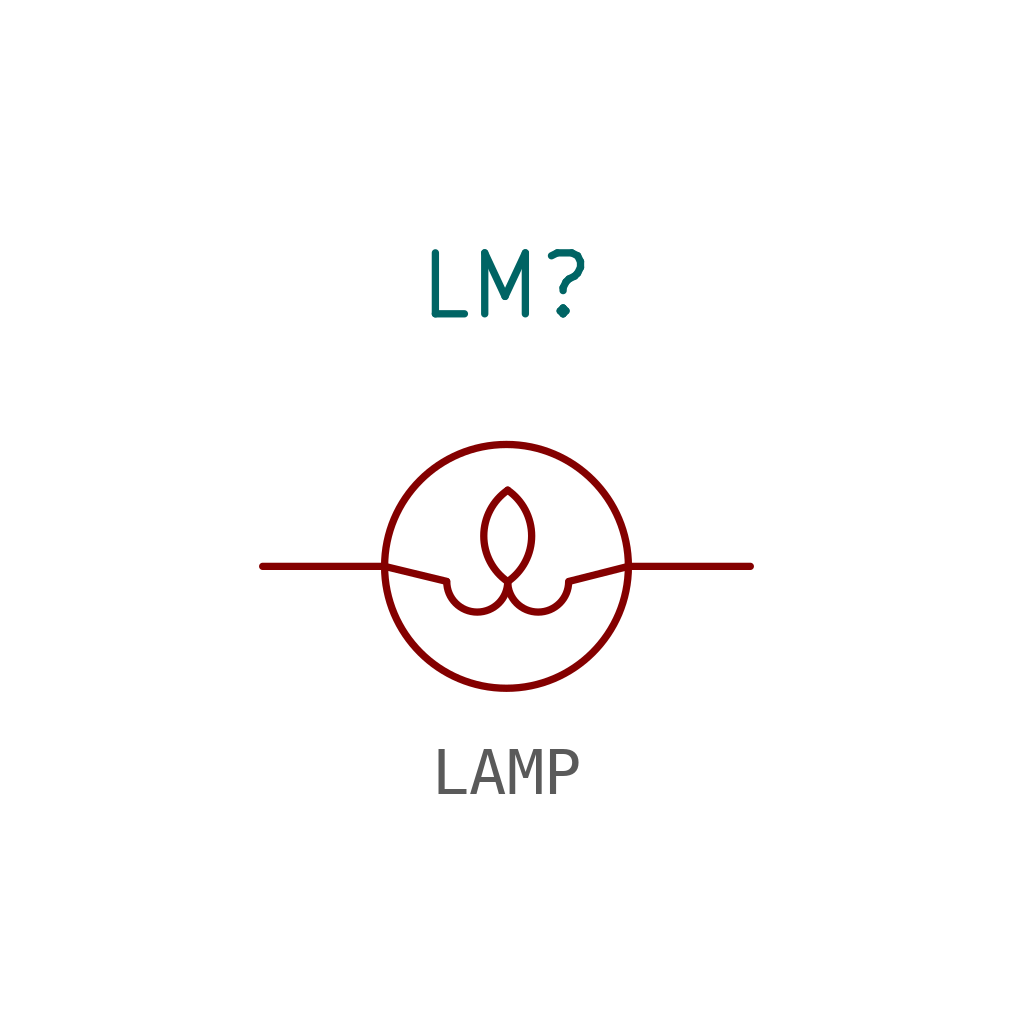
<source format=kicad_sym>
(kicad_symbol_lib
  (version 20231120)
  (generator "kicad_symbol_editor")
  (generator_version "8.0")
  (symbol "LAMP"
    (property "Reference" "LM"
      (at 0 5.842 0)
      (effects (font (size 1.27 1.27))))
    (property "Value" ""
      (at 0.025 -0.318 0)
      (effects (font (size 1.27 1.27))))
    (symbol "LAMP_0_1"
      (arc (start -1.2448 -0.3175) (mid -0.6098 -0.9525) (end 0.0252 -0.3175) (stroke (width 0) (type default)) (fill (type none)))
      (polyline (pts (xy -5.08 0) (xy -2.54 0)) (stroke (width 0) (type default)) (fill (type none)))
      (polyline (pts (xy -2.54 0) (xy -1.25 -0.312)) (stroke (width 0) (type default)) (fill (type none)))
      (polyline (pts (xy 1.307 -0.312) (xy 2.54 0)) (stroke (width 0) (type default)) (fill (type none)))
      (polyline (pts (xy 2.54 0) (xy 5.08 0)) (stroke (width 0) (type default)) (fill (type none)))
      (circle (center 0 0) (radius 2.54) (stroke (width 0) (type default)) (fill (type none)))
      (arc (start 0.0253 -0.3175) (mid 0.524 0.635) (end 0.0252 1.5875) (stroke (width 0) (type default)) (fill (type none)))
      (arc (start 0.0252 -0.3176) (mid 0.6602 -0.9525) (end 1.2952 -0.3176) (stroke (width 0) (type default)) (fill (type none)))
      (arc (start 0.0252 1.5875) (mid -0.4735 0.635) (end 0.0251 -0.3175) (stroke (width 0) (type default)) (fill (type none))))
    (symbol "LAMP_1_1"
      (pin passive line (at 5.08 0 180) (length 2.54) hide (name "" (effects (font (size 1.27 1.27)))) (number "1" (effects (font (size 1.27 1.27)))))
      (pin passive line (at -5.08 0 0) (length 2.54) hide (name "" (effects (font (size 1.27 1.27)))) (number "2" (effects (font (size 1.27 1.27))))))))
</source>
